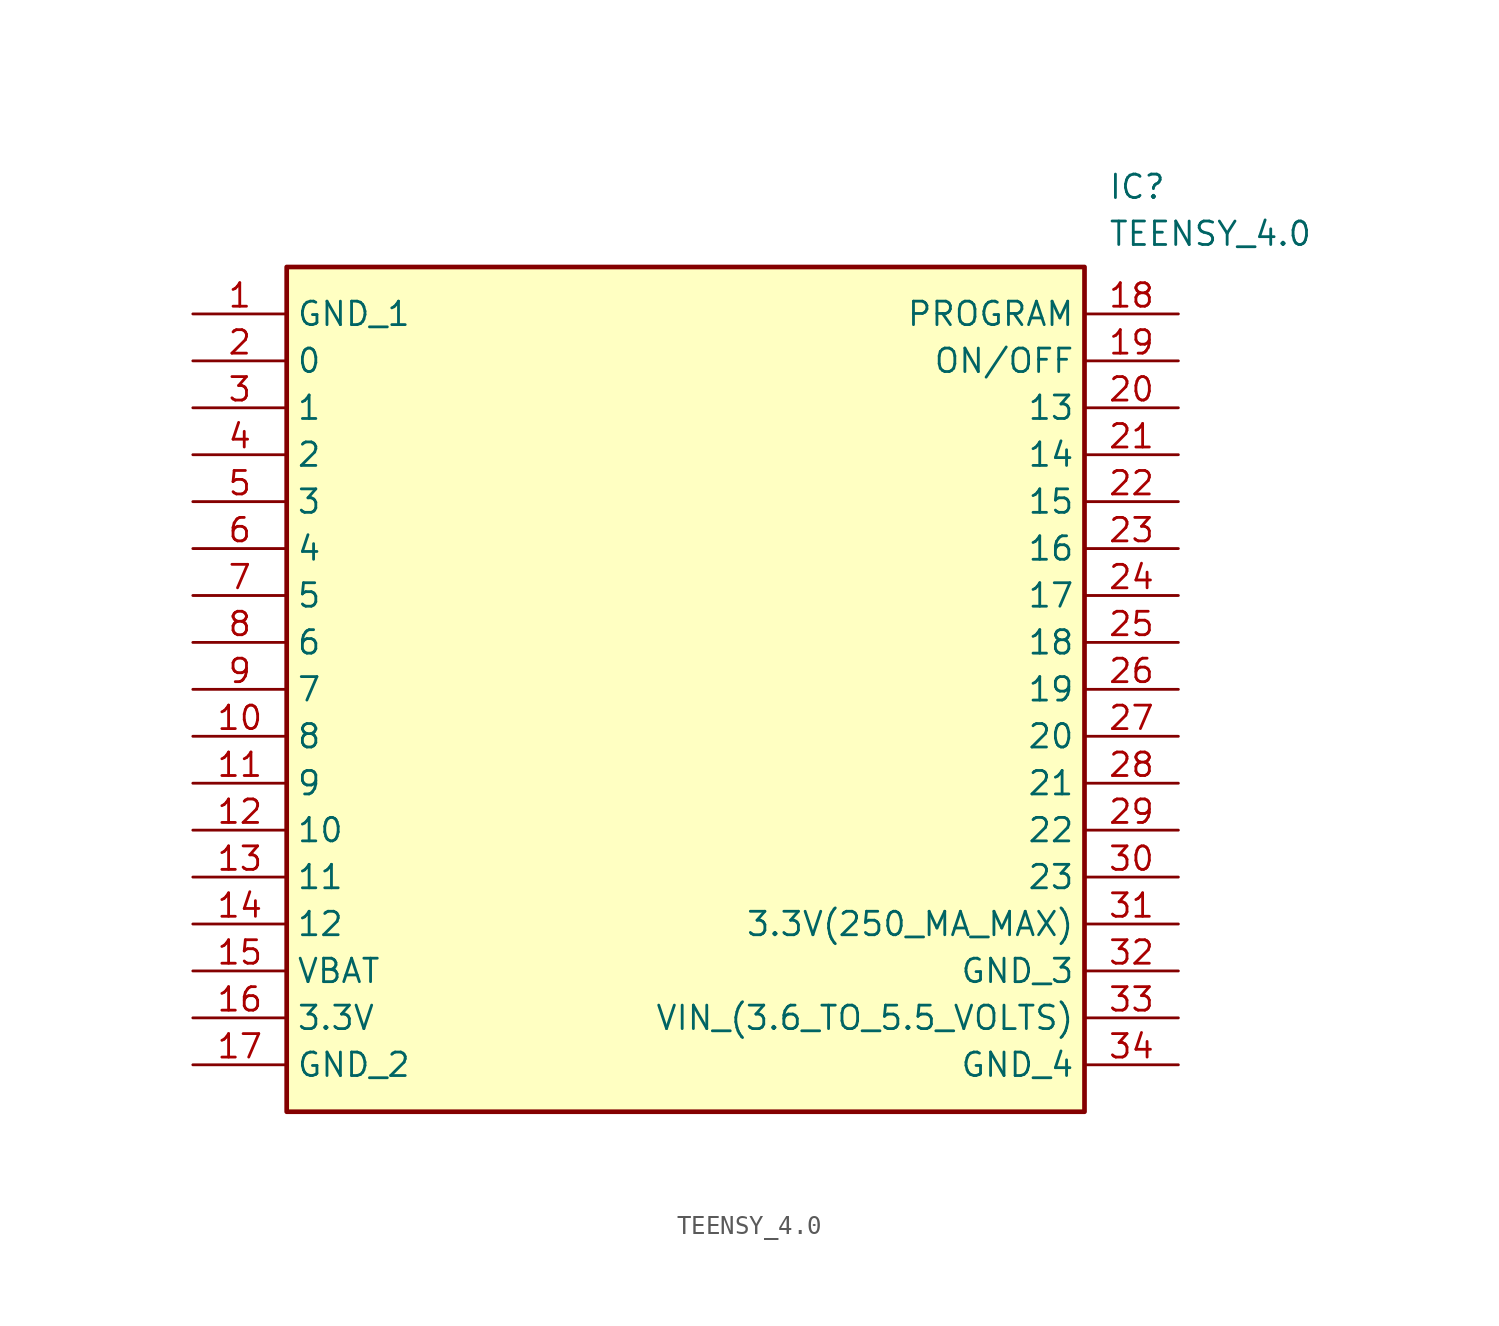
<source format=kicad_sym>
(kicad_symbol_lib
  (version 20211014)
  (generator SamacSys_ECAD_Model)
  (symbol "TEENSY_4.0"
    (property "Reference" "IC"
      (at 49.53 7.62 0)
      (effects (font (size 1.27 1.27)) (justify left top)))
    (property "Value" "TEENSY_4.0"
      (at 49.53 5.08 0)
      (effects (font (size 1.27 1.27)) (justify left top)))
    (rectangle
      (start 5.08 2.54)
      (end 48.26 -43.18)
      (stroke (width 0.254) (type default))
      (fill (type background)))
    (pin passive line
      (at 0 0 0)
      (length 5.08)
      (name "GND_1" (effects (font (size 1.27 1.27))))
      (number "1" (effects (font (size 1.27 1.27)))))
    (pin passive line
      (at 0 -2.54 0)
      (length 5.08)
      (name "0" (effects (font (size 1.27 1.27))))
      (number "2" (effects (font (size 1.27 1.27)))))
    (pin passive line
      (at 0 -5.08 0)
      (length 5.08)
      (name "1" (effects (font (size 1.27 1.27))))
      (number "3" (effects (font (size 1.27 1.27)))))
    (pin passive line
      (at 0 -7.62 0)
      (length 5.08)
      (name "2" (effects (font (size 1.27 1.27))))
      (number "4" (effects (font (size 1.27 1.27)))))
    (pin passive line
      (at 0 -10.16 0)
      (length 5.08)
      (name "3" (effects (font (size 1.27 1.27))))
      (number "5" (effects (font (size 1.27 1.27)))))
    (pin passive line
      (at 0 -12.7 0)
      (length 5.08)
      (name "4" (effects (font (size 1.27 1.27))))
      (number "6" (effects (font (size 1.27 1.27)))))
    (pin passive line
      (at 0 -15.24 0)
      (length 5.08)
      (name "5" (effects (font (size 1.27 1.27))))
      (number "7" (effects (font (size 1.27 1.27)))))
    (pin passive line
      (at 0 -17.78 0)
      (length 5.08)
      (name "6" (effects (font (size 1.27 1.27))))
      (number "8" (effects (font (size 1.27 1.27)))))
    (pin passive line
      (at 0 -20.32 0)
      (length 5.08)
      (name "7" (effects (font (size 1.27 1.27))))
      (number "9" (effects (font (size 1.27 1.27)))))
    (pin passive line
      (at 0 -22.86 0)
      (length 5.08)
      (name "8" (effects (font (size 1.27 1.27))))
      (number "10" (effects (font (size 1.27 1.27)))))
    (pin passive line
      (at 0 -25.4 0)
      (length 5.08)
      (name "9" (effects (font (size 1.27 1.27))))
      (number "11" (effects (font (size 1.27 1.27)))))
    (pin passive line
      (at 0 -27.94 0)
      (length 5.08)
      (name "10" (effects (font (size 1.27 1.27))))
      (number "12" (effects (font (size 1.27 1.27)))))
    (pin passive line
      (at 0 -30.48 0)
      (length 5.08)
      (name "11" (effects (font (size 1.27 1.27))))
      (number "13" (effects (font (size 1.27 1.27)))))
    (pin passive line
      (at 0 -33.02 0)
      (length 5.08)
      (name "12" (effects (font (size 1.27 1.27))))
      (number "14" (effects (font (size 1.27 1.27)))))
    (pin passive line
      (at 0 -35.56 0)
      (length 5.08)
      (name "VBAT" (effects (font (size 1.27 1.27))))
      (number "15" (effects (font (size 1.27 1.27)))))
    (pin passive line
      (at 0 -38.1 0)
      (length 5.08)
      (name "3.3V" (effects (font (size 1.27 1.27))))
      (number "16" (effects (font (size 1.27 1.27)))))
    (pin passive line
      (at 0 -40.64 0)
      (length 5.08)
      (name "GND_2" (effects (font (size 1.27 1.27))))
      (number "17" (effects (font (size 1.27 1.27)))))
    (pin passive line
      (at 53.34 0 180)
      (length 5.08)
      (name "PROGRAM" (effects (font (size 1.27 1.27))))
      (number "18" (effects (font (size 1.27 1.27)))))
    (pin passive line
      (at 53.34 -2.54 180)
      (length 5.08)
      (name "ON/OFF" (effects (font (size 1.27 1.27))))
      (number "19" (effects (font (size 1.27 1.27)))))
    (pin passive line
      (at 53.34 -5.08 180)
      (length 5.08)
      (name "13" (effects (font (size 1.27 1.27))))
      (number "20" (effects (font (size 1.27 1.27)))))
    (pin passive line
      (at 53.34 -7.62 180)
      (length 5.08)
      (name "14" (effects (font (size 1.27 1.27))))
      (number "21" (effects (font (size 1.27 1.27)))))
    (pin passive line
      (at 53.34 -10.16 180)
      (length 5.08)
      (name "15" (effects (font (size 1.27 1.27))))
      (number "22" (effects (font (size 1.27 1.27)))))
    (pin passive line
      (at 53.34 -12.7 180)
      (length 5.08)
      (name "16" (effects (font (size 1.27 1.27))))
      (number "23" (effects (font (size 1.27 1.27)))))
    (pin passive line
      (at 53.34 -15.24 180)
      (length 5.08)
      (name "17" (effects (font (size 1.27 1.27))))
      (number "24" (effects (font (size 1.27 1.27)))))
    (pin passive line
      (at 53.34 -17.78 180)
      (length 5.08)
      (name "18" (effects (font (size 1.27 1.27))))
      (number "25" (effects (font (size 1.27 1.27)))))
    (pin passive line
      (at 53.34 -20.32 180)
      (length 5.08)
      (name "19" (effects (font (size 1.27 1.27))))
      (number "26" (effects (font (size 1.27 1.27)))))
    (pin passive line
      (at 53.34 -22.86 180)
      (length 5.08)
      (name "20" (effects (font (size 1.27 1.27))))
      (number "27" (effects (font (size 1.27 1.27)))))
    (pin passive line
      (at 53.34 -25.4 180)
      (length 5.08)
      (name "21" (effects (font (size 1.27 1.27))))
      (number "28" (effects (font (size 1.27 1.27)))))
    (pin passive line
      (at 53.34 -27.94 180)
      (length 5.08)
      (name "22" (effects (font (size 1.27 1.27))))
      (number "29" (effects (font (size 1.27 1.27)))))
    (pin passive line
      (at 53.34 -30.48 180)
      (length 5.08)
      (name "23" (effects (font (size 1.27 1.27))))
      (number "30" (effects (font (size 1.27 1.27)))))
    (pin passive line
      (at 53.34 -33.02 180)
      (length 5.08)
      (name "3.3V(250_MA_MAX)" (effects (font (size 1.27 1.27))))
      (number "31" (effects (font (size 1.27 1.27)))))
    (pin passive line
      (at 53.34 -35.56 180)
      (length 5.08)
      (name "GND_3" (effects (font (size 1.27 1.27))))
      (number "32" (effects (font (size 1.27 1.27)))))
    (pin passive line
      (at 53.34 -38.1 180)
      (length 5.08)
      (name "VIN_(3.6_TO_5.5_VOLTS)" (effects (font (size 1.27 1.27))))
      (number "33" (effects (font (size 1.27 1.27)))))
    (pin passive line
      (at 53.34 -40.64 180)
      (length 5.08)
      (name "GND_4" (effects (font (size 1.27 1.27))))
      (number "34" (effects (font (size 1.27 1.27)))))))
</source>
